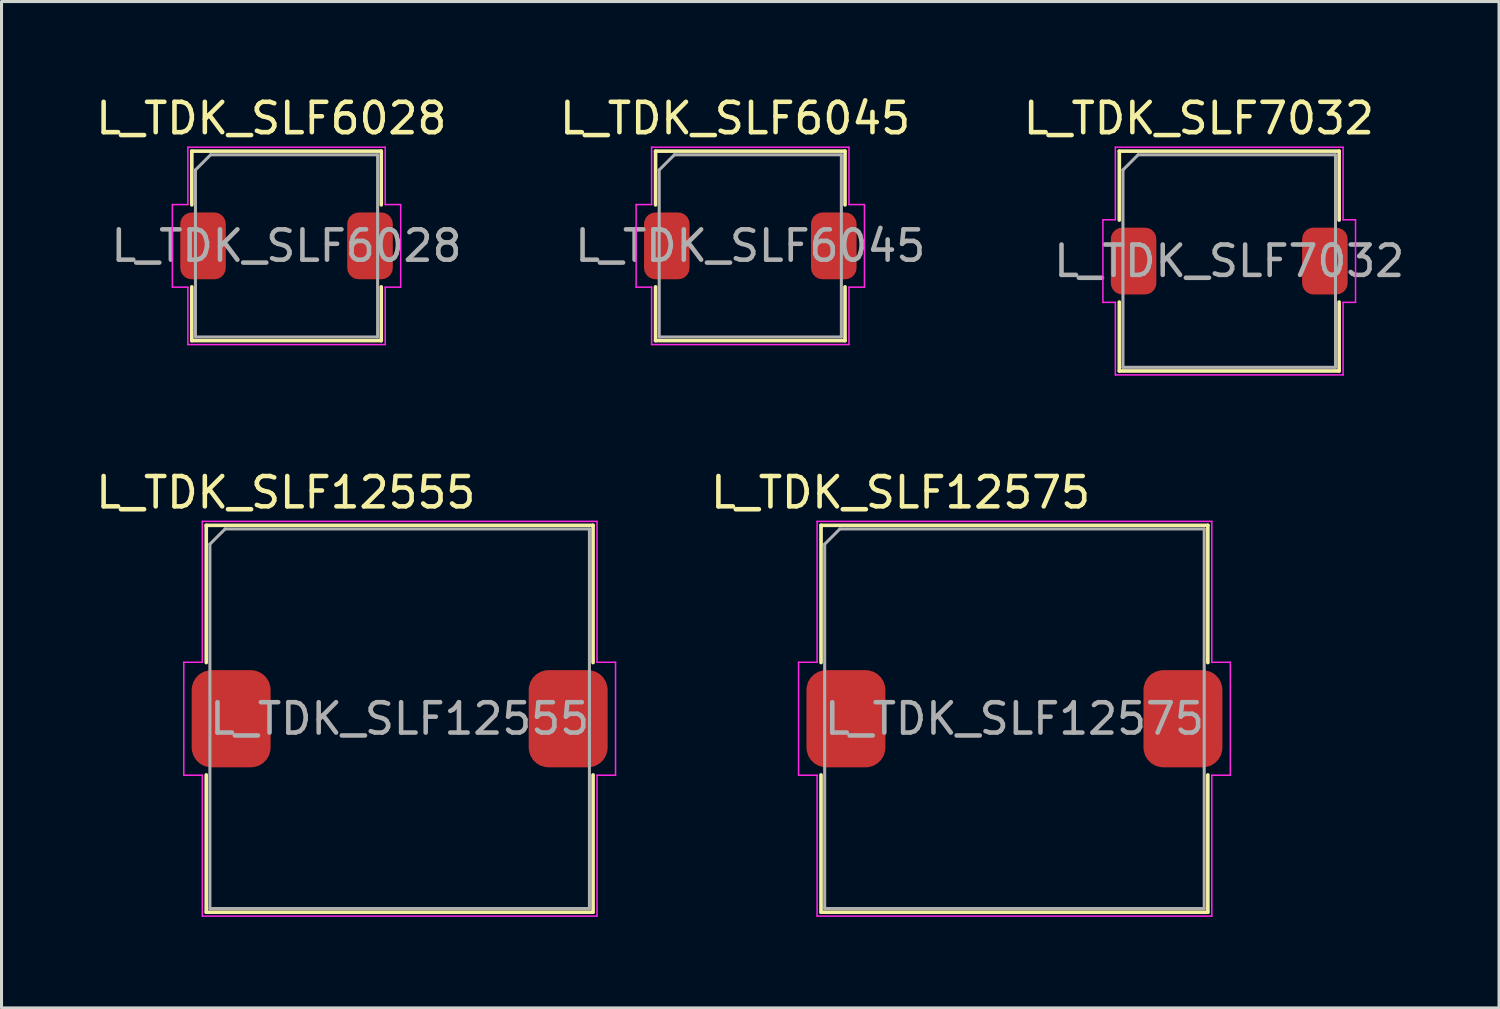
<source format=kicad_pcb>
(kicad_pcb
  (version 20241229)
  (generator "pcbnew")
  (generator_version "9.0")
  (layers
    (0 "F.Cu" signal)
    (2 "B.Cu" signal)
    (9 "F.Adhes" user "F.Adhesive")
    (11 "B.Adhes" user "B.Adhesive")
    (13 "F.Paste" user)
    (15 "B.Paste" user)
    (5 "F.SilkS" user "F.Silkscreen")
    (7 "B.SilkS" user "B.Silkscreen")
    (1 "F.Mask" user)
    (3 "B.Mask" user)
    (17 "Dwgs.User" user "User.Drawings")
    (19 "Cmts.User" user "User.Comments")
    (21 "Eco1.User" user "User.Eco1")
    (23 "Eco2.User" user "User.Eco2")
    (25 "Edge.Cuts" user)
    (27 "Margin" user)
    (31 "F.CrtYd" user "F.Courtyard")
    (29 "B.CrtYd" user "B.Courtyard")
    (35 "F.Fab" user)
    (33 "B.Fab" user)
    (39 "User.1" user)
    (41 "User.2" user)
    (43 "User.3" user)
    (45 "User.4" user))
  (footprint "L_TDK_SLF12575"
    (layer "F.Cu")
    (at 30.361 20.622)
    (property "Reference" "L_TDK_SLF12575" (at -3.75 -7.45 0) (layer "F.SilkS") (effects (font (size 1 1) (thickness 0.15))))
    (attr smd)
    (fp_line (start -6.37 -6.37) (end -6.37 -1.85) (stroke (width 0.12) (type solid)) (layer "F.SilkS"))
    (fp_line (start -6.37 -6.37) (end 6.37 -6.37) (stroke (width 0.12) (type solid)) (layer "F.SilkS"))
    (fp_line (start -6.37 1.85) (end -6.37 6.37) (stroke (width 0.12) (type solid)) (layer "F.SilkS"))
    (fp_line (start -6.37 6.37) (end 6.37 6.37) (stroke (width 0.12) (type solid)) (layer "F.SilkS"))
    (fp_line (start 6.37 -6.37) (end 6.37 -1.85) (stroke (width 0.12) (type solid)) (layer "F.SilkS"))
    (fp_line (start 6.37 1.85) (end 6.37 6.37) (stroke (width 0.12) (type solid)) (layer "F.SilkS"))
    (fp_line (start -7.11 -1.86) (end -7.11 1.86) (stroke (width 0.05) (type solid)) (layer "F.CrtYd"))
    (fp_line (start -7.11 1.86) (end -6.5 1.86) (stroke (width 0.05) (type solid)) (layer "F.CrtYd"))
    (fp_line (start -6.5 -6.5) (end -6.5 -1.86) (stroke (width 0.05) (type solid)) (layer "F.CrtYd"))
    (fp_line (start -6.5 -6.5) (end 6.5 -6.5) (stroke (width 0.05) (type solid)) (layer "F.CrtYd"))
    (fp_line (start -6.5 -1.86) (end -7.11 -1.86) (stroke (width 0.05) (type solid)) (layer "F.CrtYd"))
    (fp_line (start -6.5 1.86) (end -6.5 6.5) (stroke (width 0.05) (type solid)) (layer "F.CrtYd"))
    (fp_line (start -6.5 6.5) (end 6.5 6.5) (stroke (width 0.05) (type solid)) (layer "F.CrtYd"))
    (fp_line (start 6.5 -6.5) (end 6.5 -1.86) (stroke (width 0.05) (type solid)) (layer "F.CrtYd"))
    (fp_line (start 6.5 -1.86) (end 7.11 -1.86) (stroke (width 0.05) (type solid)) (layer "F.CrtYd"))
    (fp_line (start 6.5 1.86) (end 6.5 6.5) (stroke (width 0.05) (type solid)) (layer "F.CrtYd"))
    (fp_line (start 7.11 -1.86) (end 7.11 1.86) (stroke (width 0.05) (type solid)) (layer "F.CrtYd"))
    (fp_line (start 7.11 1.86) (end 6.5 1.86) (stroke (width 0.05) (type solid)) (layer "F.CrtYd"))
    (fp_line (start -6.25 -5.75) (end -5.75 -6.25) (stroke (width 0.1) (type solid)) (layer "F.Fab"))
    (fp_line (start -6.25 6.25) (end -6.25 -5.75) (stroke (width 0.1) (type solid)) (layer "F.Fab"))
    (fp_line (start -5.75 -6.25) (end 6.25 -6.25) (stroke (width 0.1) (type solid)) (layer "F.Fab"))
    (fp_line (start 6.25 -6.25) (end 6.25 6.25) (stroke (width 0.1) (type solid)) (layer "F.Fab"))
    (fp_line (start 6.25 6.25) (end -6.25 6.25) (stroke (width 0.1) (type solid)) (layer "F.Fab"))
    (fp_text user "${REFERENCE}" (at 0 0 0) (layer "F.Fab") (effects (font (size 1 1) (thickness 0.15))))
    (pad "1" smd roundrect (at -5.55 0) (size 2.6 3.2) (layers "F.Cu" "F.Mask" "F.Paste") (roundrect_rratio 0.25))
    (pad "2" smd roundrect (at 5.55 0) (size 2.6 3.2) (layers "F.Cu" "F.Mask" "F.Paste") (roundrect_rratio 0.25)))
  (footprint "L_TDK_SLF12555"
    (layer "F.Cu")
    (at 10.113 20.622)
    (property "Reference" "L_TDK_SLF12555" (at -3.75 -7.45 0) (layer "F.SilkS") (effects (font (size 1 1) (thickness 0.15))))
    (attr smd)
    (fp_line (start -6.37 -6.37) (end -6.37 -1.85) (stroke (width 0.12) (type solid)) (layer "F.SilkS"))
    (fp_line (start -6.37 -6.37) (end 6.37 -6.37) (stroke (width 0.12) (type solid)) (layer "F.SilkS"))
    (fp_line (start -6.37 1.85) (end -6.37 6.37) (stroke (width 0.12) (type solid)) (layer "F.SilkS"))
    (fp_line (start -6.37 6.37) (end 6.37 6.37) (stroke (width 0.12) (type solid)) (layer "F.SilkS"))
    (fp_line (start 6.37 -6.37) (end 6.37 -1.85) (stroke (width 0.12) (type solid)) (layer "F.SilkS"))
    (fp_line (start 6.37 1.85) (end 6.37 6.37) (stroke (width 0.12) (type solid)) (layer "F.SilkS"))
    (fp_line (start -7.11 -1.86) (end -7.11 1.86) (stroke (width 0.05) (type solid)) (layer "F.CrtYd"))
    (fp_line (start -7.11 1.86) (end -6.5 1.86) (stroke (width 0.05) (type solid)) (layer "F.CrtYd"))
    (fp_line (start -6.5 -6.5) (end -6.5 -1.86) (stroke (width 0.05) (type solid)) (layer "F.CrtYd"))
    (fp_line (start -6.5 -6.5) (end 6.5 -6.5) (stroke (width 0.05) (type solid)) (layer "F.CrtYd"))
    (fp_line (start -6.5 -1.86) (end -7.11 -1.86) (stroke (width 0.05) (type solid)) (layer "F.CrtYd"))
    (fp_line (start -6.5 1.86) (end -6.5 6.5) (stroke (width 0.05) (type solid)) (layer "F.CrtYd"))
    (fp_line (start -6.5 6.5) (end 6.5 6.5) (stroke (width 0.05) (type solid)) (layer "F.CrtYd"))
    (fp_line (start 6.5 -6.5) (end 6.5 -1.86) (stroke (width 0.05) (type solid)) (layer "F.CrtYd"))
    (fp_line (start 6.5 -1.86) (end 7.11 -1.86) (stroke (width 0.05) (type solid)) (layer "F.CrtYd"))
    (fp_line (start 6.5 1.86) (end 6.5 6.5) (stroke (width 0.05) (type solid)) (layer "F.CrtYd"))
    (fp_line (start 7.11 -1.86) (end 7.11 1.86) (stroke (width 0.05) (type solid)) (layer "F.CrtYd"))
    (fp_line (start 7.11 1.86) (end 6.5 1.86) (stroke (width 0.05) (type solid)) (layer "F.CrtYd"))
    (fp_line (start -6.25 -5.75) (end -5.75 -6.25) (stroke (width 0.1) (type solid)) (layer "F.Fab"))
    (fp_line (start -6.25 6.25) (end -6.25 -5.75) (stroke (width 0.1) (type solid)) (layer "F.Fab"))
    (fp_line (start -5.75 -6.25) (end 6.25 -6.25) (stroke (width 0.1) (type solid)) (layer "F.Fab"))
    (fp_line (start 6.25 -6.25) (end 6.25 6.25) (stroke (width 0.1) (type solid)) (layer "F.Fab"))
    (fp_line (start 6.25 6.25) (end -6.25 6.25) (stroke (width 0.1) (type solid)) (layer "F.Fab"))
    (fp_text user "${REFERENCE}" (at 0 0 0) (layer "F.Fab") (effects (font (size 1 1) (thickness 0.15))))
    (pad "1" smd roundrect (at -5.55 0) (size 2.6 3.2) (layers "F.Cu" "F.Mask" "F.Paste") (roundrect_rratio 0.25))
    (pad "2" smd roundrect (at 5.55 0) (size 2.6 3.2) (layers "F.Cu" "F.Mask" "F.Paste") (roundrect_rratio 0.25)))
  (footprint "L_TDK_SLF6028"
    (layer "F.Cu")
    (at 6.387 5.048)
    (property "Reference" "L_TDK_SLF6028" (at -0.5 -4.2 0) (layer "F.SilkS") (effects (font (size 1 1) (thickness 0.15))))
    (attr smd)
    (fp_line (start -3.12 -3.12) (end -3.12 -1.35) (stroke (width 0.12) (type solid)) (layer "F.SilkS"))
    (fp_line (start -3.12 -3.12) (end 3.12 -3.12) (stroke (width 0.12) (type solid)) (layer "F.SilkS"))
    (fp_line (start -3.12 1.35) (end -3.12 3.12) (stroke (width 0.12) (type solid)) (layer "F.SilkS"))
    (fp_line (start -3.12 3.12) (end 3.12 3.12) (stroke (width 0.12) (type solid)) (layer "F.SilkS"))
    (fp_line (start 3.12 -3.12) (end 3.12 -1.35) (stroke (width 0.12) (type solid)) (layer "F.SilkS"))
    (fp_line (start 3.12 1.35) (end 3.12 3.12) (stroke (width 0.12) (type solid)) (layer "F.SilkS"))
    (fp_line (start -3.76 -1.36) (end -3.76 1.36) (stroke (width 0.05) (type solid)) (layer "F.CrtYd"))
    (fp_line (start -3.76 1.36) (end -3.25 1.36) (stroke (width 0.05) (type solid)) (layer "F.CrtYd"))
    (fp_line (start -3.25 -3.25) (end -3.25 -1.36) (stroke (width 0.05) (type solid)) (layer "F.CrtYd"))
    (fp_line (start -3.25 -3.25) (end 3.25 -3.25) (stroke (width 0.05) (type solid)) (layer "F.CrtYd"))
    (fp_line (start -3.25 -1.36) (end -3.76 -1.36) (stroke (width 0.05) (type solid)) (layer "F.CrtYd"))
    (fp_line (start -3.25 1.36) (end -3.25 3.25) (stroke (width 0.05) (type solid)) (layer "F.CrtYd"))
    (fp_line (start -3.25 3.25) (end 3.25 3.25) (stroke (width 0.05) (type solid)) (layer "F.CrtYd"))
    (fp_line (start 3.25 -3.25) (end 3.25 -1.36) (stroke (width 0.05) (type solid)) (layer "F.CrtYd"))
    (fp_line (start 3.25 -1.36) (end 3.76 -1.36) (stroke (width 0.05) (type solid)) (layer "F.CrtYd"))
    (fp_line (start 3.25 1.36) (end 3.25 3.25) (stroke (width 0.05) (type solid)) (layer "F.CrtYd"))
    (fp_line (start 3.76 -1.36) (end 3.76 1.36) (stroke (width 0.05) (type solid)) (layer "F.CrtYd"))
    (fp_line (start 3.76 1.36) (end 3.25 1.36) (stroke (width 0.05) (type solid)) (layer "F.CrtYd"))
    (fp_line (start -3 -2.5) (end -2.5 -3) (stroke (width 0.1) (type solid)) (layer "F.Fab"))
    (fp_line (start -3 3) (end -3 -2.5) (stroke (width 0.1) (type solid)) (layer "F.Fab"))
    (fp_line (start -2.5 -3) (end 3 -3) (stroke (width 0.1) (type solid)) (layer "F.Fab"))
    (fp_line (start 3 -3) (end 3 3) (stroke (width 0.1) (type solid)) (layer "F.Fab"))
    (fp_line (start 3 3) (end -3 3) (stroke (width 0.1) (type solid)) (layer "F.Fab"))
    (fp_text user "${REFERENCE}" (at 0 0 0) (layer "F.Fab") (effects (font (size 1 1) (thickness 0.15))))
    (pad "1" smd roundrect (at -2.75 0) (size 1.5 2.2) (layers "F.Cu" "F.Mask" "F.Paste") (roundrect_rratio 0.25))
    (pad "2" smd roundrect (at 2.75 0) (size 1.5 2.2) (layers "F.Cu" "F.Mask" "F.Paste") (roundrect_rratio 0.25)))
  (footprint "L_TDK_SLF6045"
    (layer "F.Cu")
    (at 21.661 5.048)
    (property "Reference" "L_TDK_SLF6045" (at -0.5 -4.2 0) (layer "F.SilkS") (effects (font (size 1 1) (thickness 0.15))))
    (attr smd)
    (fp_line (start -3.12 -3.12) (end -3.12 -1.35) (stroke (width 0.12) (type solid)) (layer "F.SilkS"))
    (fp_line (start -3.12 -3.12) (end 3.12 -3.12) (stroke (width 0.12) (type solid)) (layer "F.SilkS"))
    (fp_line (start -3.12 1.35) (end -3.12 3.12) (stroke (width 0.12) (type solid)) (layer "F.SilkS"))
    (fp_line (start -3.12 3.12) (end 3.12 3.12) (stroke (width 0.12) (type solid)) (layer "F.SilkS"))
    (fp_line (start 3.12 -3.12) (end 3.12 -1.35) (stroke (width 0.12) (type solid)) (layer "F.SilkS"))
    (fp_line (start 3.12 1.35) (end 3.12 3.12) (stroke (width 0.12) (type solid)) (layer "F.SilkS"))
    (fp_line (start -3.76 -1.36) (end -3.76 1.36) (stroke (width 0.05) (type solid)) (layer "F.CrtYd"))
    (fp_line (start -3.76 1.36) (end -3.25 1.36) (stroke (width 0.05) (type solid)) (layer "F.CrtYd"))
    (fp_line (start -3.25 -3.25) (end -3.25 -1.36) (stroke (width 0.05) (type solid)) (layer "F.CrtYd"))
    (fp_line (start -3.25 -3.25) (end 3.25 -3.25) (stroke (width 0.05) (type solid)) (layer "F.CrtYd"))
    (fp_line (start -3.25 -1.36) (end -3.76 -1.36) (stroke (width 0.05) (type solid)) (layer "F.CrtYd"))
    (fp_line (start -3.25 1.36) (end -3.25 3.25) (stroke (width 0.05) (type solid)) (layer "F.CrtYd"))
    (fp_line (start -3.25 3.25) (end 3.25 3.25) (stroke (width 0.05) (type solid)) (layer "F.CrtYd"))
    (fp_line (start 3.25 -3.25) (end 3.25 -1.36) (stroke (width 0.05) (type solid)) (layer "F.CrtYd"))
    (fp_line (start 3.25 -1.36) (end 3.76 -1.36) (stroke (width 0.05) (type solid)) (layer "F.CrtYd"))
    (fp_line (start 3.25 1.36) (end 3.25 3.25) (stroke (width 0.05) (type solid)) (layer "F.CrtYd"))
    (fp_line (start 3.76 -1.36) (end 3.76 1.36) (stroke (width 0.05) (type solid)) (layer "F.CrtYd"))
    (fp_line (start 3.76 1.36) (end 3.25 1.36) (stroke (width 0.05) (type solid)) (layer "F.CrtYd"))
    (fp_line (start -3 -2.5) (end -2.5 -3) (stroke (width 0.1) (type solid)) (layer "F.Fab"))
    (fp_line (start -3 3) (end -3 -2.5) (stroke (width 0.1) (type solid)) (layer "F.Fab"))
    (fp_line (start -2.5 -3) (end 3 -3) (stroke (width 0.1) (type solid)) (layer "F.Fab"))
    (fp_line (start 3 -3) (end 3 3) (stroke (width 0.1) (type solid)) (layer "F.Fab"))
    (fp_line (start 3 3) (end -3 3) (stroke (width 0.1) (type solid)) (layer "F.Fab"))
    (fp_text user "${REFERENCE}" (at 0 0 0) (layer "F.Fab") (effects (font (size 1 1) (thickness 0.15))))
    (pad "1" smd roundrect (at -2.75 0) (size 1.5 2.2) (layers "F.Cu" "F.Mask" "F.Paste") (roundrect_rratio 0.25))
    (pad "2" smd roundrect (at 2.75 0) (size 1.5 2.2) (layers "F.Cu" "F.Mask" "F.Paste") (roundrect_rratio 0.25)))
  (footprint "L_TDK_SLF7032"
    (layer "F.Cu")
    (at 37.435 5.548)
    (property "Reference" "L_TDK_SLF7032" (at -1 -4.7 0) (layer "F.SilkS") (effects (font (size 1 1) (thickness 0.15))))
    (attr smd)
    (fp_line (start -3.62 -3.62) (end -3.62 -1.35) (stroke (width 0.12) (type solid)) (layer "F.SilkS"))
    (fp_line (start -3.62 -3.62) (end 3.62 -3.62) (stroke (width 0.12) (type solid)) (layer "F.SilkS"))
    (fp_line (start -3.62 1.35) (end -3.62 3.62) (stroke (width 0.12) (type solid)) (layer "F.SilkS"))
    (fp_line (start -3.62 3.62) (end 3.62 3.62) (stroke (width 0.12) (type solid)) (layer "F.SilkS"))
    (fp_line (start 3.62 -3.62) (end 3.62 -1.35) (stroke (width 0.12) (type solid)) (layer "F.SilkS"))
    (fp_line (start 3.62 1.35) (end 3.62 3.62) (stroke (width 0.12) (type solid)) (layer "F.SilkS"))
    (fp_line (start -4.16 -1.36) (end -4.16 1.36) (stroke (width 0.05) (type solid)) (layer "F.CrtYd"))
    (fp_line (start -4.16 1.36) (end -3.75 1.36) (stroke (width 0.05) (type solid)) (layer "F.CrtYd"))
    (fp_line (start -3.75 -3.75) (end -3.75 -1.36) (stroke (width 0.05) (type solid)) (layer "F.CrtYd"))
    (fp_line (start -3.75 -3.75) (end 3.75 -3.75) (stroke (width 0.05) (type solid)) (layer "F.CrtYd"))
    (fp_line (start -3.75 -1.36) (end -4.16 -1.36) (stroke (width 0.05) (type solid)) (layer "F.CrtYd"))
    (fp_line (start -3.75 1.36) (end -3.75 3.75) (stroke (width 0.05) (type solid)) (layer "F.CrtYd"))
    (fp_line (start -3.75 3.75) (end 3.75 3.75) (stroke (width 0.05) (type solid)) (layer "F.CrtYd"))
    (fp_line (start 3.75 -3.75) (end 3.75 -1.36) (stroke (width 0.05) (type solid)) (layer "F.CrtYd"))
    (fp_line (start 3.75 -1.36) (end 4.16 -1.36) (stroke (width 0.05) (type solid)) (layer "F.CrtYd"))
    (fp_line (start 3.75 1.36) (end 3.75 3.75) (stroke (width 0.05) (type solid)) (layer "F.CrtYd"))
    (fp_line (start 4.16 -1.36) (end 4.16 1.36) (stroke (width 0.05) (type solid)) (layer "F.CrtYd"))
    (fp_line (start 4.16 1.36) (end 3.75 1.36) (stroke (width 0.05) (type solid)) (layer "F.CrtYd"))
    (fp_line (start -3.5 -3) (end -3 -3.5) (stroke (width 0.1) (type solid)) (layer "F.Fab"))
    (fp_line (start -3.5 3.5) (end -3.5 -3) (stroke (width 0.1) (type solid)) (layer "F.Fab"))
    (fp_line (start -3 -3.5) (end 3.5 -3.5) (stroke (width 0.1) (type solid)) (layer "F.Fab"))
    (fp_line (start 3.5 -3.5) (end 3.5 3.5) (stroke (width 0.1) (type solid)) (layer "F.Fab"))
    (fp_line (start 3.5 3.5) (end -3.5 3.5) (stroke (width 0.1) (type solid)) (layer "F.Fab"))
    (fp_text user "${REFERENCE}" (at 0 0 0) (layer "F.Fab") (effects (font (size 1 1) (thickness 0.15))))
    (pad "1" smd roundrect (at -3.15 0) (size 1.5 2.2) (layers "F.Cu" "F.Mask" "F.Paste") (roundrect_rratio 0.25))
    (pad "2" smd roundrect (at 3.15 0) (size 1.5 2.2) (layers "F.Cu" "F.Mask" "F.Paste") (roundrect_rratio 0.25)))
  (gr_rect
    (start -3 -3)
    (end 46.321 30.146)
    (stroke (width 0.1) (type default))
    (fill no)
    (layer "Edge.Cuts")))
</source>
